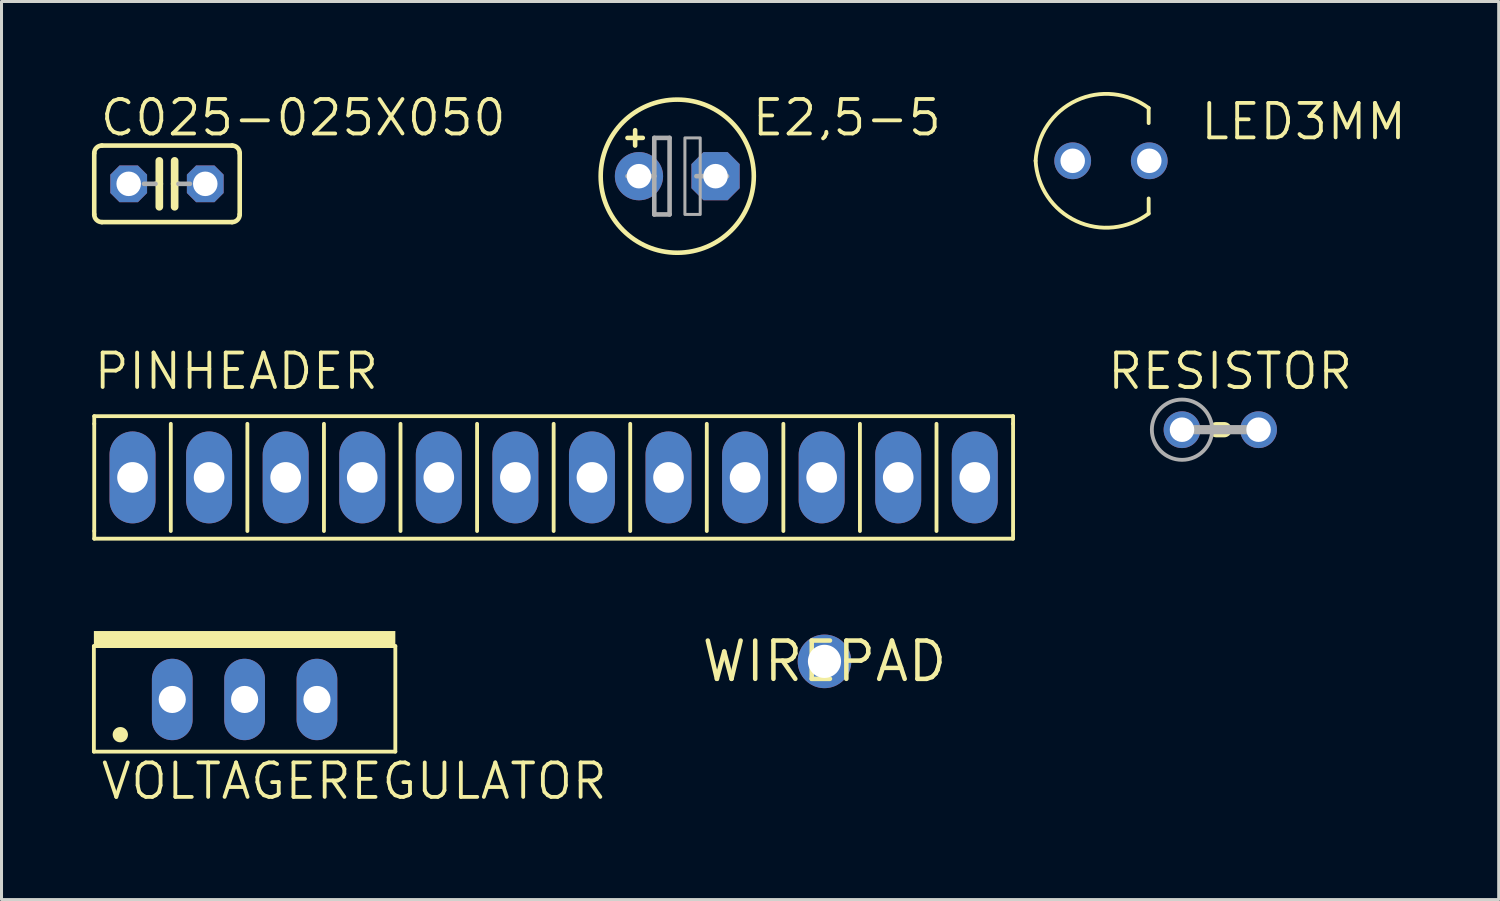
<source format=kicad_pcb>
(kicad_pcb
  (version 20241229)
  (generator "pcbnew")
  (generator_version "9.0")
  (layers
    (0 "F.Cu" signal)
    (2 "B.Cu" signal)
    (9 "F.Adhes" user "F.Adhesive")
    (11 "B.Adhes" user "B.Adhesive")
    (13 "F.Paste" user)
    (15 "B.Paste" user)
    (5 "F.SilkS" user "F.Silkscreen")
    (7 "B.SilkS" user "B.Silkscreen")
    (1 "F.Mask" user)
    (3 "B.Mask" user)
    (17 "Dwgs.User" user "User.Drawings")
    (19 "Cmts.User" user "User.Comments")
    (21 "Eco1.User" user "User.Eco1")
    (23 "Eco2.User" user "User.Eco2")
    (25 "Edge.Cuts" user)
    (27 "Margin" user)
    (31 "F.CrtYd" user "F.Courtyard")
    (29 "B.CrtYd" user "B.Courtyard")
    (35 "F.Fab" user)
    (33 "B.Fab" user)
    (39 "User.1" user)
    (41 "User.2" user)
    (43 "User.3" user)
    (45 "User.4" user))
  (footprint "VOLTAGEREGULATOR"
    (layer "F.Cu")
    (at 5.064 20.133)
    (property "Reference" "VOLTAGEREGULATOR" (at -4.83 3.398 0) (layer "F.SilkS") (effects (font (size 1.143 1.143) (thickness 0.127)) (justify left bottom)))
    (fp_line (start -5 -1.75) (end -5 1.75) (stroke (width 0.127) (type solid)) (layer "F.SilkS"))
    (fp_line (start -5 -1.75) (end 5 -1.75) (stroke (width 0.127) (type solid)) (layer "F.SilkS"))
    (fp_line (start -5 1.75) (end 5 1.75) (stroke (width 0.127) (type solid)) (layer "F.SilkS"))
    (fp_line (start 5 1.75) (end 5 -1.75) (stroke (width 0.127) (type solid)) (layer "F.SilkS"))
    (fp_circle (center -4.123 1.188) (end -3.996 1.188) (stroke (width 0.254) (type solid)) (fill yes) (layer "F.SilkS"))
    (fp_poly (pts (xy -5 -1.75) (xy 5 -1.75) (xy 5 -2.25) (xy -5 -2.25)) (stroke (width 0) (type solid)) (fill yes) (layer "F.SilkS"))
    (pad "GND" thru_hole oval (at -2.4 0.02 90) (size 2.7 1.35) (drill 0.9) (layers "*.Cu" "*.Mask"))
    (pad "VIN" thru_hole oval (at 2.4 0.02 90) (size 2.7 1.35) (drill 0.9) (layers "*.Cu" "*.Mask"))
    (pad "VOUT" thru_hole oval (at 0 0.02 90) (size 2.7 1.35) (drill 0.9) (layers "*.Cu" "*.Mask")))
  (footprint "C025-025X050"
    (layer "F.Cu")
    (at 2.489 3.048)
    (property "Reference" "C025-025X050" (at -2.286 -1.524 0) (layer "F.SilkS") (effects (font (size 1.143 1.143) (thickness 0.127)) (justify left bottom)))
    (fp_line (start -2.413 -1.016) (end -2.413 1.016) (stroke (width 0.152) (type solid)) (layer "F.SilkS"))
    (fp_line (start -2.159 -1.27) (end 2.159 -1.27) (stroke (width 0.152) (type solid)) (layer "F.SilkS"))
    (fp_line (start -0.254 -0.762) (end -0.254 0) (stroke (width 0.254) (type solid)) (layer "F.SilkS"))
    (fp_line (start -0.254 0) (end -0.381 0) (stroke (width 0.152) (type solid)) (layer "F.SilkS"))
    (fp_line (start -0.254 0) (end -0.254 0.762) (stroke (width 0.254) (type solid)) (layer "F.SilkS"))
    (fp_line (start 0.254 0) (end 0.254 -0.762) (stroke (width 0.254) (type solid)) (layer "F.SilkS"))
    (fp_line (start 0.254 0) (end 0.254 0.762) (stroke (width 0.254) (type solid)) (layer "F.SilkS"))
    (fp_line (start 0.381 0) (end 0.254 0) (stroke (width 0.152) (type solid)) (layer "F.SilkS"))
    (fp_line (start 2.159 1.27) (end -2.159 1.27) (stroke (width 0.152) (type solid)) (layer "F.SilkS"))
    (fp_line (start 2.413 -1.016) (end 2.413 1.016) (stroke (width 0.152) (type solid)) (layer "F.SilkS"))
    (fp_arc (start -2.413 -1.016) (mid -2.338605 -1.195605) (end -2.159 -1.27) (stroke (width 0.1524) (type solid)) (layer "F.SilkS"))
    (fp_arc (start -2.159 1.27) (mid -2.338605 1.195605) (end -2.413 1.016) (stroke (width 0.1524) (type solid)) (layer "F.SilkS"))
    (fp_arc (start 2.159 -1.27) (mid 2.338605 -1.195605) (end 2.413 -1.016) (stroke (width 0.1524) (type solid)) (layer "F.SilkS"))
    (fp_arc (start 2.413 1.016) (mid 2.338605 1.195605) (end 2.159 1.27) (stroke (width 0.1524) (type solid)) (layer "F.SilkS"))
    (fp_line (start -0.381 0) (end -0.762 0) (stroke (width 0.152) (type solid)) (layer "F.Fab"))
    (fp_line (start 0.762 0) (end 0.381 0) (stroke (width 0.152) (type solid)) (layer "F.Fab"))
    (pad "1" thru_hole roundrect (at -1.27 0) (size 1.219 1.219) (drill 0.813) (layers "*.Cu" "*.Mask") (roundrect_rratio 0.25) (chamfer_ratio 0.25) (chamfer top_left top_right bottom_left bottom_right))
    (pad "2" thru_hole roundrect (at 1.27 0) (size 1.219 1.219) (drill 0.813) (layers "*.Cu" "*.Mask") (roundrect_rratio 0.25) (chamfer_ratio 0.25) (chamfer top_left top_right bottom_left bottom_right)))
  (footprint "RESISTOR"
    (layer "F.Cu")
    (at 37.43 11.204)
    (property "Reference" "RESISTOR" (at -3.81 -1.27 0) (layer "F.SilkS") (effects (font (size 1.143 1.143) (thickness 0.127)) (justify left bottom)))
    (fp_line (start -0.127 0) (end 0.127 0) (stroke (width 0.508) (type solid)) (layer "F.SilkS"))
    (fp_line (start -1.27 0) (end 1.27 0) (stroke (width 0.305) (type solid)) (layer "F.Fab"))
    (fp_circle (center -1.27 0) (end -0.27 0) (stroke (width 0.127) (type solid)) (fill no) (layer "F.Fab"))
    (pad "1" thru_hole circle (at -1.27 0 270) (size 1.219 1.219) (drill 0.813) (layers "*.Cu" "*.Mask"))
    (pad "2" thru_hole circle (at 1.27 0) (size 1.219 1.219) (drill 0.813) (layers "*.Cu" "*.Mask")))
  (footprint "LED3MM"
    (layer "F.Cu")
    (at 33.804 2.284)
    (property "Reference" "LED3MM" (at 2.905 -0.631 0) (layer "F.SilkS") (effects (font (size 1.143 1.143) (thickness 0.127)) (justify left bottom)))
    (fp_line (start 1.25 -1.25) (end 1.25 -1.75) (stroke (width 0.127) (type solid)) (layer "F.SilkS"))
    (fp_line (start 1.25 1.25) (end 1.25 1.75) (stroke (width 0.127) (type solid)) (layer "F.SilkS"))
    (fp_arc (start -2.5 0) (mid -1.15 -2) (end 1.250001 -1.75) (stroke (width 0.127) (type solid)) (layer "F.SilkS"))
    (fp_arc (start 1.25 1.75) (mid -1.149975 1.999946) (end -2.499999 -0.000001) (stroke (width 0.127) (type solid)) (layer "F.SilkS"))
    (pad "A" thru_hole circle (at -1.27 0) (size 1.219 1.219) (drill 0.813) (layers "*.Cu" "*.Mask"))
    (pad "K" thru_hole circle (at 1.27 0) (size 1.219 1.219) (drill 0.813) (layers "*.Cu" "*.Mask")))
  (footprint "WIREPAD"
    (layer "F.Cu")
    (at 24.3 18.889)
    (property "Reference" "WIREPAD" (at 0 0 0) (layer "F.SilkS") (effects (font (size 1.27 1.27) (thickness 0.15))))
    (pad "P$1" thru_hole circle (at 0 0) (size 1.778 1.778) (drill 1.1) (layers "*.Cu" "*.Mask")))
  (footprint "E2,5-5"
    (layer "F.Cu")
    (at 19.416 2.794)
    (property "Reference" "E2,5-5" (at 2.413 -1.27 0) (layer "F.SilkS") (effects (font (size 1.143 1.143) (thickness 0.127)) (justify left bottom)))
    (fp_line (start -1.651 -1.27) (end -1.397 -1.27) (stroke (width 0.152) (type solid)) (layer "F.SilkS"))
    (fp_line (start -1.397 -1.27) (end -1.397 -1.524) (stroke (width 0.152) (type solid)) (layer "F.SilkS"))
    (fp_line (start -1.397 -1.27) (end -1.143 -1.27) (stroke (width 0.152) (type solid)) (layer "F.SilkS"))
    (fp_line (start -1.397 -1.016) (end -1.397 -1.27) (stroke (width 0.152) (type solid)) (layer "F.SilkS"))
    (fp_circle (center 0 0) (end 2.54 0) (stroke (width 0.152) (type solid)) (fill no) (layer "F.SilkS"))
    (fp_line (start -1.651 0) (end -0.762 0) (stroke (width 0.152) (type solid)) (layer "F.Fab"))
    (fp_line (start -0.762 -1.27) (end -0.762 0) (stroke (width 0.152) (type solid)) (layer "F.Fab"))
    (fp_line (start -0.762 0) (end -0.762 1.27) (stroke (width 0.152) (type solid)) (layer "F.Fab"))
    (fp_line (start -0.762 1.27) (end -0.254 1.27) (stroke (width 0.152) (type solid)) (layer "F.Fab"))
    (fp_line (start -0.254 -1.27) (end -0.762 -1.27) (stroke (width 0.152) (type solid)) (layer "F.Fab"))
    (fp_line (start -0.254 1.27) (end -0.254 -1.27) (stroke (width 0.152) (type solid)) (layer "F.Fab"))
    (fp_line (start 0.635 0) (end 1.651 0) (stroke (width 0.152) (type solid)) (layer "F.Fab"))
    (fp_poly (pts (xy 0.254 1.27) (xy 0.762 1.27) (xy 0.762 -1.27) (xy 0.254 -1.27)) (stroke (width 0.1) (type solid)) (fill no) (layer "F.Fab"))
    (pad "+" thru_hole circle (at -1.27 0) (size 1.6 1.6) (drill 0.813) (layers "*.Cu" "*.Mask"))
    (pad "-" thru_hole roundrect (at 1.27 0) (size 1.6 1.6) (drill 0.813) (layers "*.Cu" "*.Mask") (roundrect_rratio 0.25) (chamfer_ratio 0.25) (chamfer top_left top_right bottom_left bottom_right)))
  (footprint "PINHEADER"
    (layer "F.Cu")
    (at 15.316 12.787)
    (property "Reference" "PINHEADER" (at -15.316 -2.853 0) (layer "F.SilkS") (effects (font (size 1.143 1.143) (thickness 0.127)) (justify left bottom)))
    (fp_line (start -15.24 -2.032) (end -15.24 -1.778) (stroke (width 0.127) (type solid)) (layer "F.SilkS"))
    (fp_line (start -15.24 -2.032) (end 15.24 -2.032) (stroke (width 0.127) (type solid)) (layer "F.SilkS"))
    (fp_line (start -15.24 1.778) (end -15.24 -1.778) (stroke (width 0.127) (type solid)) (layer "F.SilkS"))
    (fp_line (start -15.24 2.032) (end -15.24 1.778) (stroke (width 0.127) (type solid)) (layer "F.SilkS"))
    (fp_line (start -12.7 -1.778) (end -12.7 1.778) (stroke (width 0.127) (type solid)) (layer "F.SilkS"))
    (fp_line (start -10.16 1.778) (end -10.16 -1.778) (stroke (width 0.127) (type solid)) (layer "F.SilkS"))
    (fp_line (start -7.62 -1.778) (end -7.62 1.778) (stroke (width 0.127) (type solid)) (layer "F.SilkS"))
    (fp_line (start -5.08 -1.778) (end -5.08 1.778) (stroke (width 0.127) (type solid)) (layer "F.SilkS"))
    (fp_line (start -2.54 1.778) (end -2.54 -1.778) (stroke (width 0.127) (type solid)) (layer "F.SilkS"))
    (fp_line (start 0 -1.778) (end 0 1.778) (stroke (width 0.127) (type solid)) (layer "F.SilkS"))
    (fp_line (start 2.54 1.778) (end 2.54 -1.778) (stroke (width 0.127) (type solid)) (layer "F.SilkS"))
    (fp_line (start 5.08 1.778) (end 5.08 -1.778) (stroke (width 0.127) (type solid)) (layer "F.SilkS"))
    (fp_line (start 7.62 1.778) (end 7.62 -1.778) (stroke (width 0.127) (type solid)) (layer "F.SilkS"))
    (fp_line (start 10.16 1.778) (end 10.16 -1.778) (stroke (width 0.127) (type solid)) (layer "F.SilkS"))
    (fp_line (start 12.7 1.778) (end 12.7 -1.778) (stroke (width 0.127) (type solid)) (layer "F.SilkS"))
    (fp_line (start 15.24 -2.032) (end 15.24 -1.778) (stroke (width 0.127) (type solid)) (layer "F.SilkS"))
    (fp_line (start 15.24 -1.778) (end 15.24 1.778) (stroke (width 0.127) (type solid)) (layer "F.SilkS"))
    (fp_line (start 15.24 1.778) (end 15.24 2.032) (stroke (width 0.127) (type solid)) (layer "F.SilkS"))
    (fp_line (start 15.24 2.032) (end -15.24 2.032) (stroke (width 0.127) (type solid)) (layer "F.SilkS"))
    (pad "1" thru_hole oval (at -13.97 0 90) (size 3.048 1.524) (drill 1.016) (layers "*.Cu" "*.Mask"))
    (pad "2" thru_hole oval (at -11.43 0 90) (size 3.048 1.524) (drill 1.016) (layers "*.Cu" "*.Mask"))
    (pad "3" thru_hole oval (at -8.89 0 90) (size 3.048 1.524) (drill 1.016) (layers "*.Cu" "*.Mask"))
    (pad "4" thru_hole oval (at -6.35 0 90) (size 3.048 1.524) (drill 1.016) (layers "*.Cu" "*.Mask"))
    (pad "5" thru_hole oval (at -3.81 0 90) (size 3.048 1.524) (drill 1.016) (layers "*.Cu" "*.Mask"))
    (pad "6" thru_hole oval (at -1.27 0 90) (size 3.048 1.524) (drill 1.016) (layers "*.Cu" "*.Mask"))
    (pad "7" thru_hole oval (at 1.27 0 90) (size 3.048 1.524) (drill 1.016) (layers "*.Cu" "*.Mask"))
    (pad "8" thru_hole oval (at 3.81 0 90) (size 3.048 1.524) (drill 1.016) (layers "*.Cu" "*.Mask"))
    (pad "9" thru_hole oval (at 6.35 0 90) (size 3.048 1.524) (drill 1.016) (layers "*.Cu" "*.Mask"))
    (pad "10" thru_hole oval (at 8.89 0 90) (size 3.048 1.524) (drill 1.016) (layers "*.Cu" "*.Mask"))
    (pad "11" thru_hole oval (at 11.43 0 90) (size 3.048 1.524) (drill 1.016) (layers "*.Cu" "*.Mask"))
    (pad "12" thru_hole oval (at 13.97 0 90) (size 3.048 1.524) (drill 1.016) (layers "*.Cu" "*.Mask")))
  (gr_rect
    (start -3 -3)
    (end 46.665 26.79)
    (stroke (width 0.1) (type default))
    (fill no)
    (layer "Edge.Cuts")))
</source>
